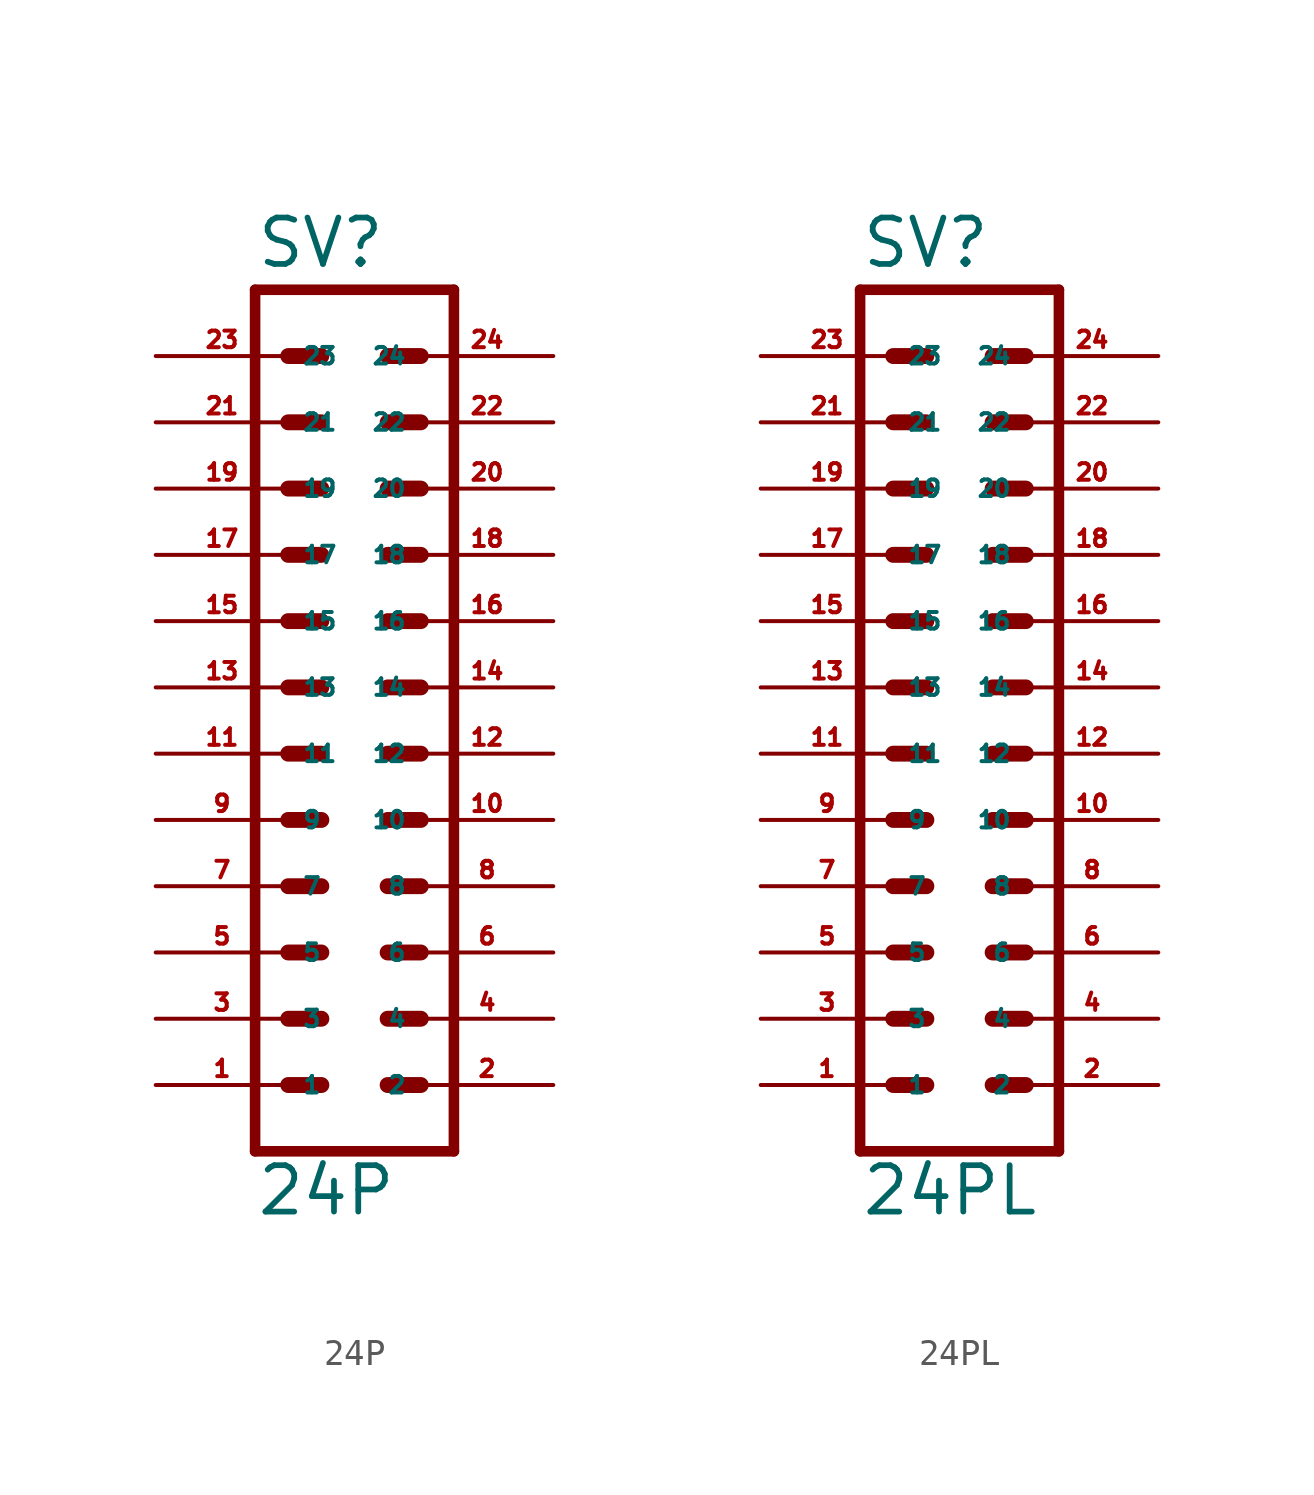
<source format=kicad_sym>
(kicad_symbol_lib
  (version 20220914)
  (generator Eagle2Kicad)
  (symbol "24P"
    (property "Reference" "SV"
      (at -3.81 18.542 0)
      (effects (font (size 1.778 1.778) (thickness 0.22)) (justify left bottom)))
    (property "Value" "24P"
      (at -3.81 -17.78 0)
      (effects (font (size 1.778 1.778) (thickness 0.22)) (justify left bottom)))
    (polyline
      (pts (xy 3.81 -15.24) (xy -3.81 -15.24))
      (stroke (width 0.406) (type default))
      (fill (type none)))
    (polyline
      (pts (xy -3.81 17.78) (xy -3.81 -15.24))
      (stroke (width 0.406) (type default))
      (fill (type none)))
    (polyline
      (pts (xy -3.81 17.78) (xy 3.81 17.78))
      (stroke (width 0.406) (type default))
      (fill (type none)))
    (polyline
      (pts (xy 3.81 -15.24) (xy 3.81 17.78))
      (stroke (width 0.406) (type default))
      (fill (type none)))
    (polyline
      (pts (xy -2.54 -12.7) (xy -1.27 -12.7))
      (stroke (width 0.61) (type default))
      (fill (type none)))
    (polyline
      (pts (xy -2.54 -10.16) (xy -1.27 -10.16))
      (stroke (width 0.61) (type default))
      (fill (type none)))
    (polyline
      (pts (xy -2.54 -7.62) (xy -1.27 -7.62))
      (stroke (width 0.61) (type default))
      (fill (type none)))
    (polyline
      (pts (xy -2.54 -5.08) (xy -1.27 -5.08))
      (stroke (width 0.61) (type default))
      (fill (type none)))
    (polyline
      (pts (xy -2.54 -2.54) (xy -1.27 -2.54))
      (stroke (width 0.61) (type default))
      (fill (type none)))
    (polyline
      (pts (xy -2.54 0) (xy -1.27 0))
      (stroke (width 0.61) (type default))
      (fill (type none)))
    (polyline
      (pts (xy -2.54 2.54) (xy -1.27 2.54))
      (stroke (width 0.61) (type default))
      (fill (type none)))
    (polyline
      (pts (xy -2.54 5.08) (xy -1.27 5.08))
      (stroke (width 0.61) (type default))
      (fill (type none)))
    (polyline
      (pts (xy -2.54 7.62) (xy -1.27 7.62))
      (stroke (width 0.61) (type default))
      (fill (type none)))
    (polyline
      (pts (xy -2.54 10.16) (xy -1.27 10.16))
      (stroke (width 0.61) (type default))
      (fill (type none)))
    (polyline
      (pts (xy -2.54 12.7) (xy -1.27 12.7))
      (stroke (width 0.61) (type default))
      (fill (type none)))
    (polyline
      (pts (xy -2.54 15.24) (xy -1.27 15.24))
      (stroke (width 0.61) (type default))
      (fill (type none)))
    (polyline
      (pts (xy 2.54 -12.7) (xy 1.27 -12.7))
      (stroke (width 0.61) (type default))
      (fill (type none)))
    (polyline
      (pts (xy 2.54 -10.16) (xy 1.27 -10.16))
      (stroke (width 0.61) (type default))
      (fill (type none)))
    (polyline
      (pts (xy 2.54 -7.62) (xy 1.27 -7.62))
      (stroke (width 0.61) (type default))
      (fill (type none)))
    (polyline
      (pts (xy 2.54 -5.08) (xy 1.27 -5.08))
      (stroke (width 0.61) (type default))
      (fill (type none)))
    (polyline
      (pts (xy 2.54 -2.54) (xy 1.27 -2.54))
      (stroke (width 0.61) (type default))
      (fill (type none)))
    (polyline
      (pts (xy 2.54 0) (xy 1.27 0))
      (stroke (width 0.61) (type default))
      (fill (type none)))
    (polyline
      (pts (xy 2.54 2.54) (xy 1.27 2.54))
      (stroke (width 0.61) (type default))
      (fill (type none)))
    (polyline
      (pts (xy 2.54 5.08) (xy 1.27 5.08))
      (stroke (width 0.61) (type default))
      (fill (type none)))
    (polyline
      (pts (xy 2.54 7.62) (xy 1.27 7.62))
      (stroke (width 0.61) (type default))
      (fill (type none)))
    (polyline
      (pts (xy 2.54 10.16) (xy 1.27 10.16))
      (stroke (width 0.61) (type default))
      (fill (type none)))
    (polyline
      (pts (xy 2.54 12.7) (xy 1.27 12.7))
      (stroke (width 0.61) (type default))
      (fill (type none)))
    (polyline
      (pts (xy 2.54 15.24) (xy 1.27 15.24))
      (stroke (width 0.61) (type default))
      (fill (type none)))
    (pin passive line
      (at -7.62 15.24 0)
      (length 5.08)
      (name "23" (effects (font (size 0.635 0.635) (thickness 0.08)) (justify left bottom)))
      (number "23" (effects (font (size 0.635 0.635) (thickness 0.08)) (justify left bottom))))
    (pin passive line
      (at -7.62 12.7 0)
      (length 5.08)
      (name "21" (effects (font (size 0.635 0.635) (thickness 0.08)) (justify left bottom)))
      (number "21" (effects (font (size 0.635 0.635) (thickness 0.08)) (justify left bottom))))
    (pin passive line
      (at -7.62 10.16 0)
      (length 5.08)
      (name "19" (effects (font (size 0.635 0.635) (thickness 0.08)) (justify left bottom)))
      (number "19" (effects (font (size 0.635 0.635) (thickness 0.08)) (justify left bottom))))
    (pin passive line
      (at -7.62 7.62 0)
      (length 5.08)
      (name "17" (effects (font (size 0.635 0.635) (thickness 0.08)) (justify left bottom)))
      (number "17" (effects (font (size 0.635 0.635) (thickness 0.08)) (justify left bottom))))
    (pin passive line
      (at -7.62 5.08 0)
      (length 5.08)
      (name "15" (effects (font (size 0.635 0.635) (thickness 0.08)) (justify left bottom)))
      (number "15" (effects (font (size 0.635 0.635) (thickness 0.08)) (justify left bottom))))
    (pin passive line
      (at -7.62 2.54 0)
      (length 5.08)
      (name "13" (effects (font (size 0.635 0.635) (thickness 0.08)) (justify left bottom)))
      (number "13" (effects (font (size 0.635 0.635) (thickness 0.08)) (justify left bottom))))
    (pin passive line
      (at -7.62 0 0)
      (length 5.08)
      (name "11" (effects (font (size 0.635 0.635) (thickness 0.08)) (justify left bottom)))
      (number "11" (effects (font (size 0.635 0.635) (thickness 0.08)) (justify left bottom))))
    (pin passive line
      (at -7.62 -2.54 0)
      (length 5.08)
      (name "9" (effects (font (size 0.635 0.635) (thickness 0.08)) (justify left bottom)))
      (number "9" (effects (font (size 0.635 0.635) (thickness 0.08)) (justify left bottom))))
    (pin passive line
      (at -7.62 -5.08 0)
      (length 5.08)
      (name "7" (effects (font (size 0.635 0.635) (thickness 0.08)) (justify left bottom)))
      (number "7" (effects (font (size 0.635 0.635) (thickness 0.08)) (justify left bottom))))
    (pin passive line
      (at -7.62 -7.62 0)
      (length 5.08)
      (name "5" (effects (font (size 0.635 0.635) (thickness 0.08)) (justify left bottom)))
      (number "5" (effects (font (size 0.635 0.635) (thickness 0.08)) (justify left bottom))))
    (pin passive line
      (at -7.62 -10.16 0)
      (length 5.08)
      (name "3" (effects (font (size 0.635 0.635) (thickness 0.08)) (justify left bottom)))
      (number "3" (effects (font (size 0.635 0.635) (thickness 0.08)) (justify left bottom))))
    (pin passive line
      (at -7.62 -12.7 0)
      (length 5.08)
      (name "1" (effects (font (size 0.635 0.635) (thickness 0.08)) (justify left bottom)))
      (number "1" (effects (font (size 0.635 0.635) (thickness 0.08)) (justify left bottom))))
    (pin passive line
      (at 7.62 15.24 180)
      (length 5.08)
      (name "24" (effects (font (size 0.635 0.635) (thickness 0.08)) (justify left bottom)))
      (number "24" (effects (font (size 0.635 0.635) (thickness 0.08)) (justify left bottom))))
    (pin passive line
      (at 7.62 12.7 180)
      (length 5.08)
      (name "22" (effects (font (size 0.635 0.635) (thickness 0.08)) (justify left bottom)))
      (number "22" (effects (font (size 0.635 0.635) (thickness 0.08)) (justify left bottom))))
    (pin passive line
      (at 7.62 10.16 180)
      (length 5.08)
      (name "20" (effects (font (size 0.635 0.635) (thickness 0.08)) (justify left bottom)))
      (number "20" (effects (font (size 0.635 0.635) (thickness 0.08)) (justify left bottom))))
    (pin passive line
      (at 7.62 7.62 180)
      (length 5.08)
      (name "18" (effects (font (size 0.635 0.635) (thickness 0.08)) (justify left bottom)))
      (number "18" (effects (font (size 0.635 0.635) (thickness 0.08)) (justify left bottom))))
    (pin passive line
      (at 7.62 5.08 180)
      (length 5.08)
      (name "16" (effects (font (size 0.635 0.635) (thickness 0.08)) (justify left bottom)))
      (number "16" (effects (font (size 0.635 0.635) (thickness 0.08)) (justify left bottom))))
    (pin passive line
      (at 7.62 2.54 180)
      (length 5.08)
      (name "14" (effects (font (size 0.635 0.635) (thickness 0.08)) (justify left bottom)))
      (number "14" (effects (font (size 0.635 0.635) (thickness 0.08)) (justify left bottom))))
    (pin passive line
      (at 7.62 0 180)
      (length 5.08)
      (name "12" (effects (font (size 0.635 0.635) (thickness 0.08)) (justify left bottom)))
      (number "12" (effects (font (size 0.635 0.635) (thickness 0.08)) (justify left bottom))))
    (pin passive line
      (at 7.62 -2.54 180)
      (length 5.08)
      (name "10" (effects (font (size 0.635 0.635) (thickness 0.08)) (justify left bottom)))
      (number "10" (effects (font (size 0.635 0.635) (thickness 0.08)) (justify left bottom))))
    (pin passive line
      (at 7.62 -5.08 180)
      (length 5.08)
      (name "8" (effects (font (size 0.635 0.635) (thickness 0.08)) (justify left bottom)))
      (number "8" (effects (font (size 0.635 0.635) (thickness 0.08)) (justify left bottom))))
    (pin passive line
      (at 7.62 -7.62 180)
      (length 5.08)
      (name "6" (effects (font (size 0.635 0.635) (thickness 0.08)) (justify left bottom)))
      (number "6" (effects (font (size 0.635 0.635) (thickness 0.08)) (justify left bottom))))
    (pin passive line
      (at 7.62 -10.16 180)
      (length 5.08)
      (name "4" (effects (font (size 0.635 0.635) (thickness 0.08)) (justify left bottom)))
      (number "4" (effects (font (size 0.635 0.635) (thickness 0.08)) (justify left bottom))))
    (pin passive line
      (at 7.62 -12.7 180)
      (length 5.08)
      (name "2" (effects (font (size 0.635 0.635) (thickness 0.08)) (justify left bottom)))
      (number "2" (effects (font (size 0.635 0.635) (thickness 0.08)) (justify left bottom)))))
  (symbol "24PL"
    (property "Reference" "SV"
      (at -3.81 18.542 0)
      (effects (font (size 1.778 1.778) (thickness 0.22)) (justify left bottom)))
    (property "Value" "24PL"
      (at -3.81 -17.78 0)
      (effects (font (size 1.778 1.778) (thickness 0.22)) (justify left bottom)))
    (polyline
      (pts (xy 3.81 -15.24) (xy -3.81 -15.24))
      (stroke (width 0.406) (type default))
      (fill (type none)))
    (polyline
      (pts (xy -3.81 17.78) (xy -3.81 -15.24))
      (stroke (width 0.406) (type default))
      (fill (type none)))
    (polyline
      (pts (xy -3.81 17.78) (xy 3.81 17.78))
      (stroke (width 0.406) (type default))
      (fill (type none)))
    (polyline
      (pts (xy 3.81 -15.24) (xy 3.81 17.78))
      (stroke (width 0.406) (type default))
      (fill (type none)))
    (polyline
      (pts (xy -2.54 -12.7) (xy -1.27 -12.7))
      (stroke (width 0.61) (type default))
      (fill (type none)))
    (polyline
      (pts (xy -2.54 -10.16) (xy -1.27 -10.16))
      (stroke (width 0.61) (type default))
      (fill (type none)))
    (polyline
      (pts (xy -2.54 -7.62) (xy -1.27 -7.62))
      (stroke (width 0.61) (type default))
      (fill (type none)))
    (polyline
      (pts (xy -2.54 -5.08) (xy -1.27 -5.08))
      (stroke (width 0.61) (type default))
      (fill (type none)))
    (polyline
      (pts (xy -2.54 -2.54) (xy -1.27 -2.54))
      (stroke (width 0.61) (type default))
      (fill (type none)))
    (polyline
      (pts (xy -2.54 0) (xy -1.27 0))
      (stroke (width 0.61) (type default))
      (fill (type none)))
    (polyline
      (pts (xy -2.54 2.54) (xy -1.27 2.54))
      (stroke (width 0.61) (type default))
      (fill (type none)))
    (polyline
      (pts (xy -2.54 5.08) (xy -1.27 5.08))
      (stroke (width 0.61) (type default))
      (fill (type none)))
    (polyline
      (pts (xy -2.54 7.62) (xy -1.27 7.62))
      (stroke (width 0.61) (type default))
      (fill (type none)))
    (polyline
      (pts (xy -2.54 10.16) (xy -1.27 10.16))
      (stroke (width 0.61) (type default))
      (fill (type none)))
    (polyline
      (pts (xy -2.54 12.7) (xy -1.27 12.7))
      (stroke (width 0.61) (type default))
      (fill (type none)))
    (polyline
      (pts (xy -2.54 15.24) (xy -1.27 15.24))
      (stroke (width 0.61) (type default))
      (fill (type none)))
    (polyline
      (pts (xy 2.54 -12.7) (xy 1.27 -12.7))
      (stroke (width 0.61) (type default))
      (fill (type none)))
    (polyline
      (pts (xy 2.54 -10.16) (xy 1.27 -10.16))
      (stroke (width 0.61) (type default))
      (fill (type none)))
    (polyline
      (pts (xy 2.54 -7.62) (xy 1.27 -7.62))
      (stroke (width 0.61) (type default))
      (fill (type none)))
    (polyline
      (pts (xy 2.54 -5.08) (xy 1.27 -5.08))
      (stroke (width 0.61) (type default))
      (fill (type none)))
    (polyline
      (pts (xy 2.54 -2.54) (xy 1.27 -2.54))
      (stroke (width 0.61) (type default))
      (fill (type none)))
    (polyline
      (pts (xy 2.54 0) (xy 1.27 0))
      (stroke (width 0.61) (type default))
      (fill (type none)))
    (polyline
      (pts (xy 2.54 2.54) (xy 1.27 2.54))
      (stroke (width 0.61) (type default))
      (fill (type none)))
    (polyline
      (pts (xy 2.54 5.08) (xy 1.27 5.08))
      (stroke (width 0.61) (type default))
      (fill (type none)))
    (polyline
      (pts (xy 2.54 7.62) (xy 1.27 7.62))
      (stroke (width 0.61) (type default))
      (fill (type none)))
    (polyline
      (pts (xy 2.54 10.16) (xy 1.27 10.16))
      (stroke (width 0.61) (type default))
      (fill (type none)))
    (polyline
      (pts (xy 2.54 12.7) (xy 1.27 12.7))
      (stroke (width 0.61) (type default))
      (fill (type none)))
    (polyline
      (pts (xy 2.54 15.24) (xy 1.27 15.24))
      (stroke (width 0.61) (type default))
      (fill (type none)))
    (pin passive line
      (at -7.62 15.24 0)
      (length 5.08)
      (name "23" (effects (font (size 0.635 0.635) (thickness 0.08)) (justify left bottom)))
      (number "23" (effects (font (size 0.635 0.635) (thickness 0.08)) (justify left bottom))))
    (pin passive line
      (at -7.62 12.7 0)
      (length 5.08)
      (name "21" (effects (font (size 0.635 0.635) (thickness 0.08)) (justify left bottom)))
      (number "21" (effects (font (size 0.635 0.635) (thickness 0.08)) (justify left bottom))))
    (pin passive line
      (at -7.62 10.16 0)
      (length 5.08)
      (name "19" (effects (font (size 0.635 0.635) (thickness 0.08)) (justify left bottom)))
      (number "19" (effects (font (size 0.635 0.635) (thickness 0.08)) (justify left bottom))))
    (pin passive line
      (at -7.62 7.62 0)
      (length 5.08)
      (name "17" (effects (font (size 0.635 0.635) (thickness 0.08)) (justify left bottom)))
      (number "17" (effects (font (size 0.635 0.635) (thickness 0.08)) (justify left bottom))))
    (pin passive line
      (at -7.62 5.08 0)
      (length 5.08)
      (name "15" (effects (font (size 0.635 0.635) (thickness 0.08)) (justify left bottom)))
      (number "15" (effects (font (size 0.635 0.635) (thickness 0.08)) (justify left bottom))))
    (pin passive line
      (at -7.62 2.54 0)
      (length 5.08)
      (name "13" (effects (font (size 0.635 0.635) (thickness 0.08)) (justify left bottom)))
      (number "13" (effects (font (size 0.635 0.635) (thickness 0.08)) (justify left bottom))))
    (pin passive line
      (at -7.62 0 0)
      (length 5.08)
      (name "11" (effects (font (size 0.635 0.635) (thickness 0.08)) (justify left bottom)))
      (number "11" (effects (font (size 0.635 0.635) (thickness 0.08)) (justify left bottom))))
    (pin passive line
      (at -7.62 -2.54 0)
      (length 5.08)
      (name "9" (effects (font (size 0.635 0.635) (thickness 0.08)) (justify left bottom)))
      (number "9" (effects (font (size 0.635 0.635) (thickness 0.08)) (justify left bottom))))
    (pin passive line
      (at -7.62 -5.08 0)
      (length 5.08)
      (name "7" (effects (font (size 0.635 0.635) (thickness 0.08)) (justify left bottom)))
      (number "7" (effects (font (size 0.635 0.635) (thickness 0.08)) (justify left bottom))))
    (pin passive line
      (at -7.62 -7.62 0)
      (length 5.08)
      (name "5" (effects (font (size 0.635 0.635) (thickness 0.08)) (justify left bottom)))
      (number "5" (effects (font (size 0.635 0.635) (thickness 0.08)) (justify left bottom))))
    (pin passive line
      (at -7.62 -10.16 0)
      (length 5.08)
      (name "3" (effects (font (size 0.635 0.635) (thickness 0.08)) (justify left bottom)))
      (number "3" (effects (font (size 0.635 0.635) (thickness 0.08)) (justify left bottom))))
    (pin passive line
      (at -7.62 -12.7 0)
      (length 5.08)
      (name "1" (effects (font (size 0.635 0.635) (thickness 0.08)) (justify left bottom)))
      (number "1" (effects (font (size 0.635 0.635) (thickness 0.08)) (justify left bottom))))
    (pin passive line
      (at 7.62 15.24 180)
      (length 5.08)
      (name "24" (effects (font (size 0.635 0.635) (thickness 0.08)) (justify left bottom)))
      (number "24" (effects (font (size 0.635 0.635) (thickness 0.08)) (justify left bottom))))
    (pin passive line
      (at 7.62 12.7 180)
      (length 5.08)
      (name "22" (effects (font (size 0.635 0.635) (thickness 0.08)) (justify left bottom)))
      (number "22" (effects (font (size 0.635 0.635) (thickness 0.08)) (justify left bottom))))
    (pin passive line
      (at 7.62 10.16 180)
      (length 5.08)
      (name "20" (effects (font (size 0.635 0.635) (thickness 0.08)) (justify left bottom)))
      (number "20" (effects (font (size 0.635 0.635) (thickness 0.08)) (justify left bottom))))
    (pin passive line
      (at 7.62 7.62 180)
      (length 5.08)
      (name "18" (effects (font (size 0.635 0.635) (thickness 0.08)) (justify left bottom)))
      (number "18" (effects (font (size 0.635 0.635) (thickness 0.08)) (justify left bottom))))
    (pin passive line
      (at 7.62 5.08 180)
      (length 5.08)
      (name "16" (effects (font (size 0.635 0.635) (thickness 0.08)) (justify left bottom)))
      (number "16" (effects (font (size 0.635 0.635) (thickness 0.08)) (justify left bottom))))
    (pin passive line
      (at 7.62 2.54 180)
      (length 5.08)
      (name "14" (effects (font (size 0.635 0.635) (thickness 0.08)) (justify left bottom)))
      (number "14" (effects (font (size 0.635 0.635) (thickness 0.08)) (justify left bottom))))
    (pin passive line
      (at 7.62 0 180)
      (length 5.08)
      (name "12" (effects (font (size 0.635 0.635) (thickness 0.08)) (justify left bottom)))
      (number "12" (effects (font (size 0.635 0.635) (thickness 0.08)) (justify left bottom))))
    (pin passive line
      (at 7.62 -2.54 180)
      (length 5.08)
      (name "10" (effects (font (size 0.635 0.635) (thickness 0.08)) (justify left bottom)))
      (number "10" (effects (font (size 0.635 0.635) (thickness 0.08)) (justify left bottom))))
    (pin passive line
      (at 7.62 -5.08 180)
      (length 5.08)
      (name "8" (effects (font (size 0.635 0.635) (thickness 0.08)) (justify left bottom)))
      (number "8" (effects (font (size 0.635 0.635) (thickness 0.08)) (justify left bottom))))
    (pin passive line
      (at 7.62 -7.62 180)
      (length 5.08)
      (name "6" (effects (font (size 0.635 0.635) (thickness 0.08)) (justify left bottom)))
      (number "6" (effects (font (size 0.635 0.635) (thickness 0.08)) (justify left bottom))))
    (pin passive line
      (at 7.62 -10.16 180)
      (length 5.08)
      (name "4" (effects (font (size 0.635 0.635) (thickness 0.08)) (justify left bottom)))
      (number "4" (effects (font (size 0.635 0.635) (thickness 0.08)) (justify left bottom))))
    (pin passive line
      (at 7.62 -12.7 180)
      (length 5.08)
      (name "2" (effects (font (size 0.635 0.635) (thickness 0.08)) (justify left bottom)))
      (number "2" (effects (font (size 0.635 0.635) (thickness 0.08)) (justify left bottom))))))
</source>
